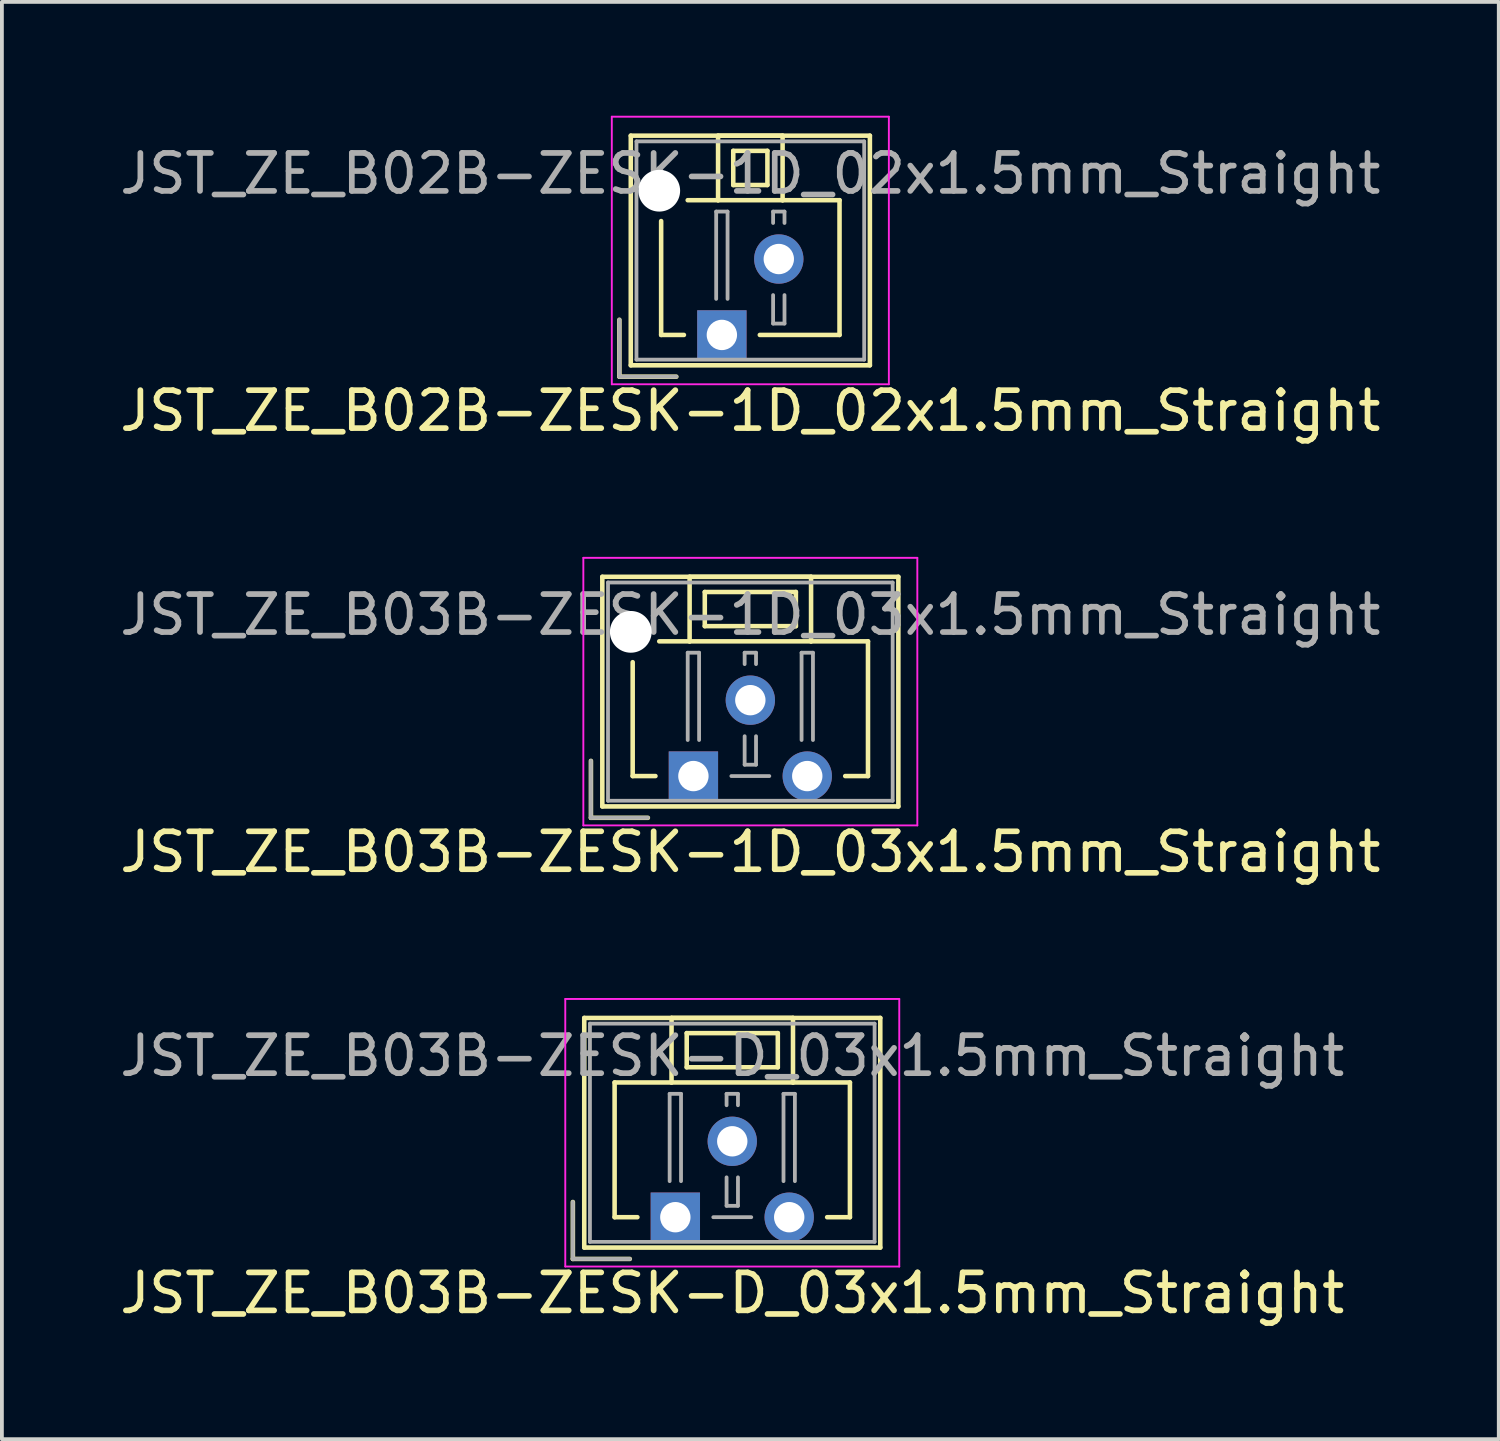
<source format=kicad_pcb>
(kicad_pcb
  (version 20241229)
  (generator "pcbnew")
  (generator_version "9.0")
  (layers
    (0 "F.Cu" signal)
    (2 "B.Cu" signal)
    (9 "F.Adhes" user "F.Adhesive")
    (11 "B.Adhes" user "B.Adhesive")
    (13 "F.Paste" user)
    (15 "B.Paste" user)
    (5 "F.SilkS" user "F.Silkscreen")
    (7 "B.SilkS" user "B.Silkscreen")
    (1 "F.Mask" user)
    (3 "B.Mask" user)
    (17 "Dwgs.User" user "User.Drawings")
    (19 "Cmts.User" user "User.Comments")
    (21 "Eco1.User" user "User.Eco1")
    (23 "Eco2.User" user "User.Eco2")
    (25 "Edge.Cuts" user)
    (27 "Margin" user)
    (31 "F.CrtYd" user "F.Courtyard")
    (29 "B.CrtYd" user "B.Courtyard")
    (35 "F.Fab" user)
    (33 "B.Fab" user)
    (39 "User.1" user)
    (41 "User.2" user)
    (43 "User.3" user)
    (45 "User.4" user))
  (footprint "JST_ZE_B03B-ZESK-1D_03x1.5mm_Straight"
    (layer "F.Cu")
    (at 15.22 17.398)
    (property "Reference" "JST_ZE_B03B-ZESK-1D_03x1.5mm_Straight" (at 1.5 2 0) (layer "F.SilkS") (effects (font (size 1 1) (thickness 0.15))))
    (attr through_hole)
    (fp_line (start -2.7 -0.4) (end -2.7 1.1) (stroke (width 0.12) (type solid)) (layer "F.SilkS"))
    (fp_line (start -2.7 1.1) (end -1.2 1.1) (stroke (width 0.12) (type solid)) (layer "F.SilkS"))
    (fp_line (start -2.4 -5.25) (end -2.4 0.8) (stroke (width 0.12) (type solid)) (layer "F.SilkS"))
    (fp_line (start -2.4 0.8) (end 5.4 0.8) (stroke (width 0.12) (type solid)) (layer "F.SilkS"))
    (fp_line (start -1.6 -3) (end -1.6 0) (stroke (width 0.12) (type solid)) (layer "F.SilkS"))
    (fp_line (start -1.6 0) (end -1 0) (stroke (width 0.12) (type solid)) (layer "F.SilkS"))
    (fp_line (start -0.1 -5.25) (end -0.1 -3.55) (stroke (width 0.12) (type solid)) (layer "F.SilkS"))
    (fp_line (start -0.1 -3.55) (end -0.9 -3.55) (stroke (width 0.12) (type solid)) (layer "F.SilkS"))
    (fp_line (start -0.1 -3.55) (end 3.1 -3.55) (stroke (width 0.12) (type solid)) (layer "F.SilkS"))
    (fp_line (start 0.3 -4.85) (end 0.3 -3.95) (stroke (width 0.12) (type solid)) (layer "F.SilkS"))
    (fp_line (start 0.3 -3.95) (end 2.7 -3.95) (stroke (width 0.12) (type solid)) (layer "F.SilkS"))
    (fp_line (start 2.7 -4.85) (end 0.3 -4.85) (stroke (width 0.12) (type solid)) (layer "F.SilkS"))
    (fp_line (start 2.7 -3.95) (end 2.7 -4.85) (stroke (width 0.12) (type solid)) (layer "F.SilkS"))
    (fp_line (start 3.1 -5.25) (end -0.1 -5.25) (stroke (width 0.12) (type solid)) (layer "F.SilkS"))
    (fp_line (start 3.1 -3.55) (end 3.1 -5.25) (stroke (width 0.12) (type solid)) (layer "F.SilkS"))
    (fp_line (start 3.1 -3.55) (end 4.6 -3.55) (stroke (width 0.12) (type solid)) (layer "F.SilkS"))
    (fp_line (start 4.6 -3.55) (end 4.6 0) (stroke (width 0.12) (type solid)) (layer "F.SilkS"))
    (fp_line (start 4.6 0) (end 4 0) (stroke (width 0.12) (type solid)) (layer "F.SilkS"))
    (fp_line (start 5.4 -5.25) (end -2.4 -5.25) (stroke (width 0.12) (type solid)) (layer "F.SilkS"))
    (fp_line (start 5.4 0.8) (end 5.4 -5.25) (stroke (width 0.12) (type solid)) (layer "F.SilkS"))
    (fp_line (start -2.9 -5.75) (end -2.9 1.3) (stroke (width 0.05) (type solid)) (layer "F.CrtYd"))
    (fp_line (start -2.9 1.3) (end 5.9 1.3) (stroke (width 0.05) (type solid)) (layer "F.CrtYd"))
    (fp_line (start 5.9 -5.75) (end -2.9 -5.75) (stroke (width 0.05) (type solid)) (layer "F.CrtYd"))
    (fp_line (start 5.9 1.3) (end 5.9 -5.75) (stroke (width 0.05) (type solid)) (layer "F.CrtYd"))
    (fp_line (start -2.7 -0.4) (end -2.7 1.1) (stroke (width 0.1) (type solid)) (layer "F.Fab"))
    (fp_line (start -2.7 1.1) (end -1.2 1.1) (stroke (width 0.1) (type solid)) (layer "F.Fab"))
    (fp_line (start -2.25 -5.1) (end -2.25 0.65) (stroke (width 0.1) (type solid)) (layer "F.Fab"))
    (fp_line (start -2.25 0.65) (end 5.25 0.65) (stroke (width 0.1) (type solid)) (layer "F.Fab"))
    (fp_line (start -0.15 -3.25) (end 0.15 -3.25) (stroke (width 0.1) (type solid)) (layer "F.Fab"))
    (fp_line (start -0.15 -0.95) (end -0.15 -3.25) (stroke (width 0.1) (type solid)) (layer "F.Fab"))
    (fp_line (start 0.15 -3.25) (end 0.15 -0.95) (stroke (width 0.1) (type solid)) (layer "F.Fab"))
    (fp_line (start 1 0) (end 2 0) (stroke (width 0.1) (type solid)) (layer "F.Fab"))
    (fp_line (start 1.35 -3.25) (end 1.65 -3.25) (stroke (width 0.1) (type solid)) (layer "F.Fab"))
    (fp_line (start 1.35 -2.95) (end 1.35 -3.25) (stroke (width 0.1) (type solid)) (layer "F.Fab"))
    (fp_line (start 1.35 -1.05) (end 1.35 -0.3) (stroke (width 0.1) (type solid)) (layer "F.Fab"))
    (fp_line (start 1.35 -0.3) (end 1.65 -0.3) (stroke (width 0.1) (type solid)) (layer "F.Fab"))
    (fp_line (start 1.65 -3.25) (end 1.65 -2.95) (stroke (width 0.1) (type solid)) (layer "F.Fab"))
    (fp_line (start 1.65 -0.3) (end 1.65 -1.05) (stroke (width 0.1) (type solid)) (layer "F.Fab"))
    (fp_line (start 2.85 -3.25) (end 3.15 -3.25) (stroke (width 0.1) (type solid)) (layer "F.Fab"))
    (fp_line (start 2.85 -0.95) (end 2.85 -3.25) (stroke (width 0.1) (type solid)) (layer "F.Fab"))
    (fp_line (start 3.15 -3.25) (end 3.15 -0.95) (stroke (width 0.1) (type solid)) (layer "F.Fab"))
    (fp_line (start 5.25 -5.1) (end -2.25 -5.1) (stroke (width 0.1) (type solid)) (layer "F.Fab"))
    (fp_line (start 5.25 0.65) (end 5.25 -5.1) (stroke (width 0.1) (type solid)) (layer "F.Fab"))
    (fp_text user "${REFERENCE}" (at 1.5 -4.25 0) (layer "F.Fab") (effects (font (size 1 1) (thickness 0.15))))
    (pad "" np_thru_hole circle (at -1.65 -3.8) (size 1.1 1.1) (drill 1.1) (layers "*.Cu"))
    (pad "1" thru_hole rect (at 0 0) (size 1.3 1.3) (drill 0.8) (layers "*.Cu" "*.Mask"))
    (pad "2" thru_hole circle (at 1.5 -2) (size 1.3 1.3) (drill 0.8) (layers "*.Cu" "*.Mask"))
    (pad "3" thru_hole circle (at 3 0) (size 1.3 1.3) (drill 0.8) (layers "*.Cu" "*.Mask")))
  (footprint "JST_ZE_B02B-ZESK-1D_02x1.5mm_Straight"
    (layer "F.Cu")
    (at 15.97 5.775)
    (property "Reference" "JST_ZE_B02B-ZESK-1D_02x1.5mm_Straight" (at 0.75 2 0) (layer "F.SilkS") (effects (font (size 1 1) (thickness 0.15))))
    (attr through_hole)
    (fp_line (start -2.7 -0.4) (end -2.7 1.1) (stroke (width 0.12) (type solid)) (layer "F.SilkS"))
    (fp_line (start -2.7 1.1) (end -1.2 1.1) (stroke (width 0.12) (type solid)) (layer "F.SilkS"))
    (fp_line (start -2.4 -5.25) (end -2.4 0.8) (stroke (width 0.12) (type solid)) (layer "F.SilkS"))
    (fp_line (start -2.4 0.8) (end 3.9 0.8) (stroke (width 0.12) (type solid)) (layer "F.SilkS"))
    (fp_line (start -1.6 -3) (end -1.6 0) (stroke (width 0.12) (type solid)) (layer "F.SilkS"))
    (fp_line (start -1.6 0) (end -1 0) (stroke (width 0.12) (type solid)) (layer "F.SilkS"))
    (fp_line (start -0.1 -5.25) (end -0.1 -3.55) (stroke (width 0.12) (type solid)) (layer "F.SilkS"))
    (fp_line (start -0.1 -3.55) (end -0.9 -3.55) (stroke (width 0.12) (type solid)) (layer "F.SilkS"))
    (fp_line (start -0.1 -3.55) (end 1.6 -3.55) (stroke (width 0.12) (type solid)) (layer "F.SilkS"))
    (fp_line (start 0.3 -4.85) (end 0.3 -3.95) (stroke (width 0.12) (type solid)) (layer "F.SilkS"))
    (fp_line (start 0.3 -3.95) (end 1.2 -3.95) (stroke (width 0.12) (type solid)) (layer "F.SilkS"))
    (fp_line (start 1.2 -4.85) (end 0.3 -4.85) (stroke (width 0.12) (type solid)) (layer "F.SilkS"))
    (fp_line (start 1.2 -3.95) (end 1.2 -4.85) (stroke (width 0.12) (type solid)) (layer "F.SilkS"))
    (fp_line (start 1.6 -5.25) (end -0.1 -5.25) (stroke (width 0.12) (type solid)) (layer "F.SilkS"))
    (fp_line (start 1.6 -3.55) (end 1.6 -5.25) (stroke (width 0.12) (type solid)) (layer "F.SilkS"))
    (fp_line (start 1.6 -3.55) (end 3.1 -3.55) (stroke (width 0.12) (type solid)) (layer "F.SilkS"))
    (fp_line (start 3.1 -3.55) (end 3.1 0) (stroke (width 0.12) (type solid)) (layer "F.SilkS"))
    (fp_line (start 3.1 0) (end 1 0) (stroke (width 0.12) (type solid)) (layer "F.SilkS"))
    (fp_line (start 3.9 -5.25) (end -2.4 -5.25) (stroke (width 0.12) (type solid)) (layer "F.SilkS"))
    (fp_line (start 3.9 0.8) (end 3.9 -5.25) (stroke (width 0.12) (type solid)) (layer "F.SilkS"))
    (fp_line (start -2.9 -5.75) (end -2.9 1.3) (stroke (width 0.05) (type solid)) (layer "F.CrtYd"))
    (fp_line (start -2.9 1.3) (end 4.4 1.3) (stroke (width 0.05) (type solid)) (layer "F.CrtYd"))
    (fp_line (start 4.4 -5.75) (end -2.9 -5.75) (stroke (width 0.05) (type solid)) (layer "F.CrtYd"))
    (fp_line (start 4.4 1.3) (end 4.4 -5.75) (stroke (width 0.05) (type solid)) (layer "F.CrtYd"))
    (fp_line (start -2.7 -0.4) (end -2.7 1.1) (stroke (width 0.1) (type solid)) (layer "F.Fab"))
    (fp_line (start -2.7 1.1) (end -1.2 1.1) (stroke (width 0.1) (type solid)) (layer "F.Fab"))
    (fp_line (start -2.25 -5.1) (end -2.25 0.65) (stroke (width 0.1) (type solid)) (layer "F.Fab"))
    (fp_line (start -2.25 0.65) (end 3.75 0.65) (stroke (width 0.1) (type solid)) (layer "F.Fab"))
    (fp_line (start -0.15 -3.25) (end 0.15 -3.25) (stroke (width 0.1) (type solid)) (layer "F.Fab"))
    (fp_line (start -0.15 -0.95) (end -0.15 -3.25) (stroke (width 0.1) (type solid)) (layer "F.Fab"))
    (fp_line (start 0.15 -3.25) (end 0.15 -0.95) (stroke (width 0.1) (type solid)) (layer "F.Fab"))
    (fp_line (start 1.35 -3.25) (end 1.65 -3.25) (stroke (width 0.1) (type solid)) (layer "F.Fab"))
    (fp_line (start 1.35 -2.95) (end 1.35 -3.25) (stroke (width 0.1) (type solid)) (layer "F.Fab"))
    (fp_line (start 1.35 -1.05) (end 1.35 -0.3) (stroke (width 0.1) (type solid)) (layer "F.Fab"))
    (fp_line (start 1.35 -0.3) (end 1.65 -0.3) (stroke (width 0.1) (type solid)) (layer "F.Fab"))
    (fp_line (start 1.65 -3.25) (end 1.65 -2.95) (stroke (width 0.1) (type solid)) (layer "F.Fab"))
    (fp_line (start 1.65 -0.3) (end 1.65 -1.05) (stroke (width 0.1) (type solid)) (layer "F.Fab"))
    (fp_line (start 3.75 -5.1) (end -2.25 -5.1) (stroke (width 0.1) (type solid)) (layer "F.Fab"))
    (fp_line (start 3.75 0.65) (end 3.75 -5.1) (stroke (width 0.1) (type solid)) (layer "F.Fab"))
    (fp_text user "${REFERENCE}" (at 0.75 -4.25 0) (layer "F.Fab") (effects (font (size 1 1) (thickness 0.15))))
    (pad "" np_thru_hole circle (at -1.65 -3.8) (size 1.1 1.1) (drill 1.1) (layers "*.Cu"))
    (pad "1" thru_hole rect (at 0 0) (size 1.3 1.3) (drill 0.8) (layers "*.Cu" "*.Mask"))
    (pad "2" thru_hole circle (at 1.5 -2) (size 1.3 1.3) (drill 0.8) (layers "*.Cu" "*.Mask")))
  (footprint "JST_ZE_B03B-ZESK-D_03x1.5mm_Straight"
    (layer "F.Cu")
    (at 14.744 29.021)
    (property "Reference" "JST_ZE_B03B-ZESK-D_03x1.5mm_Straight" (at 1.5 2 0) (layer "F.SilkS") (effects (font (size 1 1) (thickness 0.15))))
    (attr through_hole)
    (fp_line (start -2.7 -0.4) (end -2.7 1.1) (stroke (width 0.12) (type solid)) (layer "F.SilkS"))
    (fp_line (start -2.7 1.1) (end -1.2 1.1) (stroke (width 0.12) (type solid)) (layer "F.SilkS"))
    (fp_line (start -2.4 -5.25) (end -2.4 0.8) (stroke (width 0.12) (type solid)) (layer "F.SilkS"))
    (fp_line (start -2.4 0.8) (end 5.4 0.8) (stroke (width 0.12) (type solid)) (layer "F.SilkS"))
    (fp_line (start -1.6 -3.55) (end -1.6 0) (stroke (width 0.12) (type solid)) (layer "F.SilkS"))
    (fp_line (start -1.6 0) (end -1 0) (stroke (width 0.12) (type solid)) (layer "F.SilkS"))
    (fp_line (start -0.1 -5.25) (end -0.1 -3.55) (stroke (width 0.12) (type solid)) (layer "F.SilkS"))
    (fp_line (start -0.1 -3.55) (end -1.6 -3.55) (stroke (width 0.12) (type solid)) (layer "F.SilkS"))
    (fp_line (start -0.1 -3.55) (end 3.1 -3.55) (stroke (width 0.12) (type solid)) (layer "F.SilkS"))
    (fp_line (start 0.3 -4.85) (end 0.3 -3.95) (stroke (width 0.12) (type solid)) (layer "F.SilkS"))
    (fp_line (start 0.3 -3.95) (end 2.7 -3.95) (stroke (width 0.12) (type solid)) (layer "F.SilkS"))
    (fp_line (start 2.7 -4.85) (end 0.3 -4.85) (stroke (width 0.12) (type solid)) (layer "F.SilkS"))
    (fp_line (start 2.7 -3.95) (end 2.7 -4.85) (stroke (width 0.12) (type solid)) (layer "F.SilkS"))
    (fp_line (start 3.1 -5.25) (end -0.1 -5.25) (stroke (width 0.12) (type solid)) (layer "F.SilkS"))
    (fp_line (start 3.1 -3.55) (end 3.1 -5.25) (stroke (width 0.12) (type solid)) (layer "F.SilkS"))
    (fp_line (start 3.1 -3.55) (end 4.6 -3.55) (stroke (width 0.12) (type solid)) (layer "F.SilkS"))
    (fp_line (start 4.6 -3.55) (end 4.6 0) (stroke (width 0.12) (type solid)) (layer "F.SilkS"))
    (fp_line (start 4.6 0) (end 4 0) (stroke (width 0.12) (type solid)) (layer "F.SilkS"))
    (fp_line (start 5.4 -5.25) (end -2.4 -5.25) (stroke (width 0.12) (type solid)) (layer "F.SilkS"))
    (fp_line (start 5.4 0.8) (end 5.4 -5.25) (stroke (width 0.12) (type solid)) (layer "F.SilkS"))
    (fp_line (start -2.9 -5.75) (end -2.9 1.3) (stroke (width 0.05) (type solid)) (layer "F.CrtYd"))
    (fp_line (start -2.9 1.3) (end 5.9 1.3) (stroke (width 0.05) (type solid)) (layer "F.CrtYd"))
    (fp_line (start 5.9 -5.75) (end -2.9 -5.75) (stroke (width 0.05) (type solid)) (layer "F.CrtYd"))
    (fp_line (start 5.9 1.3) (end 5.9 -5.75) (stroke (width 0.05) (type solid)) (layer "F.CrtYd"))
    (fp_line (start -2.7 -0.4) (end -2.7 1.1) (stroke (width 0.1) (type solid)) (layer "F.Fab"))
    (fp_line (start -2.7 1.1) (end -1.2 1.1) (stroke (width 0.1) (type solid)) (layer "F.Fab"))
    (fp_line (start -2.25 -5.1) (end -2.25 0.65) (stroke (width 0.1) (type solid)) (layer "F.Fab"))
    (fp_line (start -2.25 0.65) (end 5.25 0.65) (stroke (width 0.1) (type solid)) (layer "F.Fab"))
    (fp_line (start -0.15 -3.25) (end 0.15 -3.25) (stroke (width 0.1) (type solid)) (layer "F.Fab"))
    (fp_line (start -0.15 -0.95) (end -0.15 -3.25) (stroke (width 0.1) (type solid)) (layer "F.Fab"))
    (fp_line (start 0.15 -3.25) (end 0.15 -0.95) (stroke (width 0.1) (type solid)) (layer "F.Fab"))
    (fp_line (start 1 0) (end 2 0) (stroke (width 0.1) (type solid)) (layer "F.Fab"))
    (fp_line (start 1.35 -3.25) (end 1.65 -3.25) (stroke (width 0.1) (type solid)) (layer "F.Fab"))
    (fp_line (start 1.35 -2.95) (end 1.35 -3.25) (stroke (width 0.1) (type solid)) (layer "F.Fab"))
    (fp_line (start 1.35 -1.05) (end 1.35 -0.3) (stroke (width 0.1) (type solid)) (layer "F.Fab"))
    (fp_line (start 1.35 -0.3) (end 1.65 -0.3) (stroke (width 0.1) (type solid)) (layer "F.Fab"))
    (fp_line (start 1.65 -3.25) (end 1.65 -2.95) (stroke (width 0.1) (type solid)) (layer "F.Fab"))
    (fp_line (start 1.65 -0.3) (end 1.65 -1.05) (stroke (width 0.1) (type solid)) (layer "F.Fab"))
    (fp_line (start 2.85 -3.25) (end 3.15 -3.25) (stroke (width 0.1) (type solid)) (layer "F.Fab"))
    (fp_line (start 2.85 -0.95) (end 2.85 -3.25) (stroke (width 0.1) (type solid)) (layer "F.Fab"))
    (fp_line (start 3.15 -3.25) (end 3.15 -0.95) (stroke (width 0.1) (type solid)) (layer "F.Fab"))
    (fp_line (start 5.25 -5.1) (end -2.25 -5.1) (stroke (width 0.1) (type solid)) (layer "F.Fab"))
    (fp_line (start 5.25 0.65) (end 5.25 -5.1) (stroke (width 0.1) (type solid)) (layer "F.Fab"))
    (fp_text user "${REFERENCE}" (at 1.5 -4.25 0) (layer "F.Fab") (effects (font (size 1 1) (thickness 0.15))))
    (pad "1" thru_hole rect (at 0 0) (size 1.3 1.3) (drill 0.8) (layers "*.Cu" "*.Mask"))
    (pad "2" thru_hole circle (at 1.5 -2) (size 1.3 1.3) (drill 0.8) (layers "*.Cu" "*.Mask"))
    (pad "3" thru_hole circle (at 3 0) (size 1.3 1.3) (drill 0.8) (layers "*.Cu" "*.Mask")))
  (gr_rect
    (start -3 -3)
    (end 36.44 34.87)
    (stroke (width 0.1) (type default))
    (fill no)
    (layer "Edge.Cuts")))
</source>
